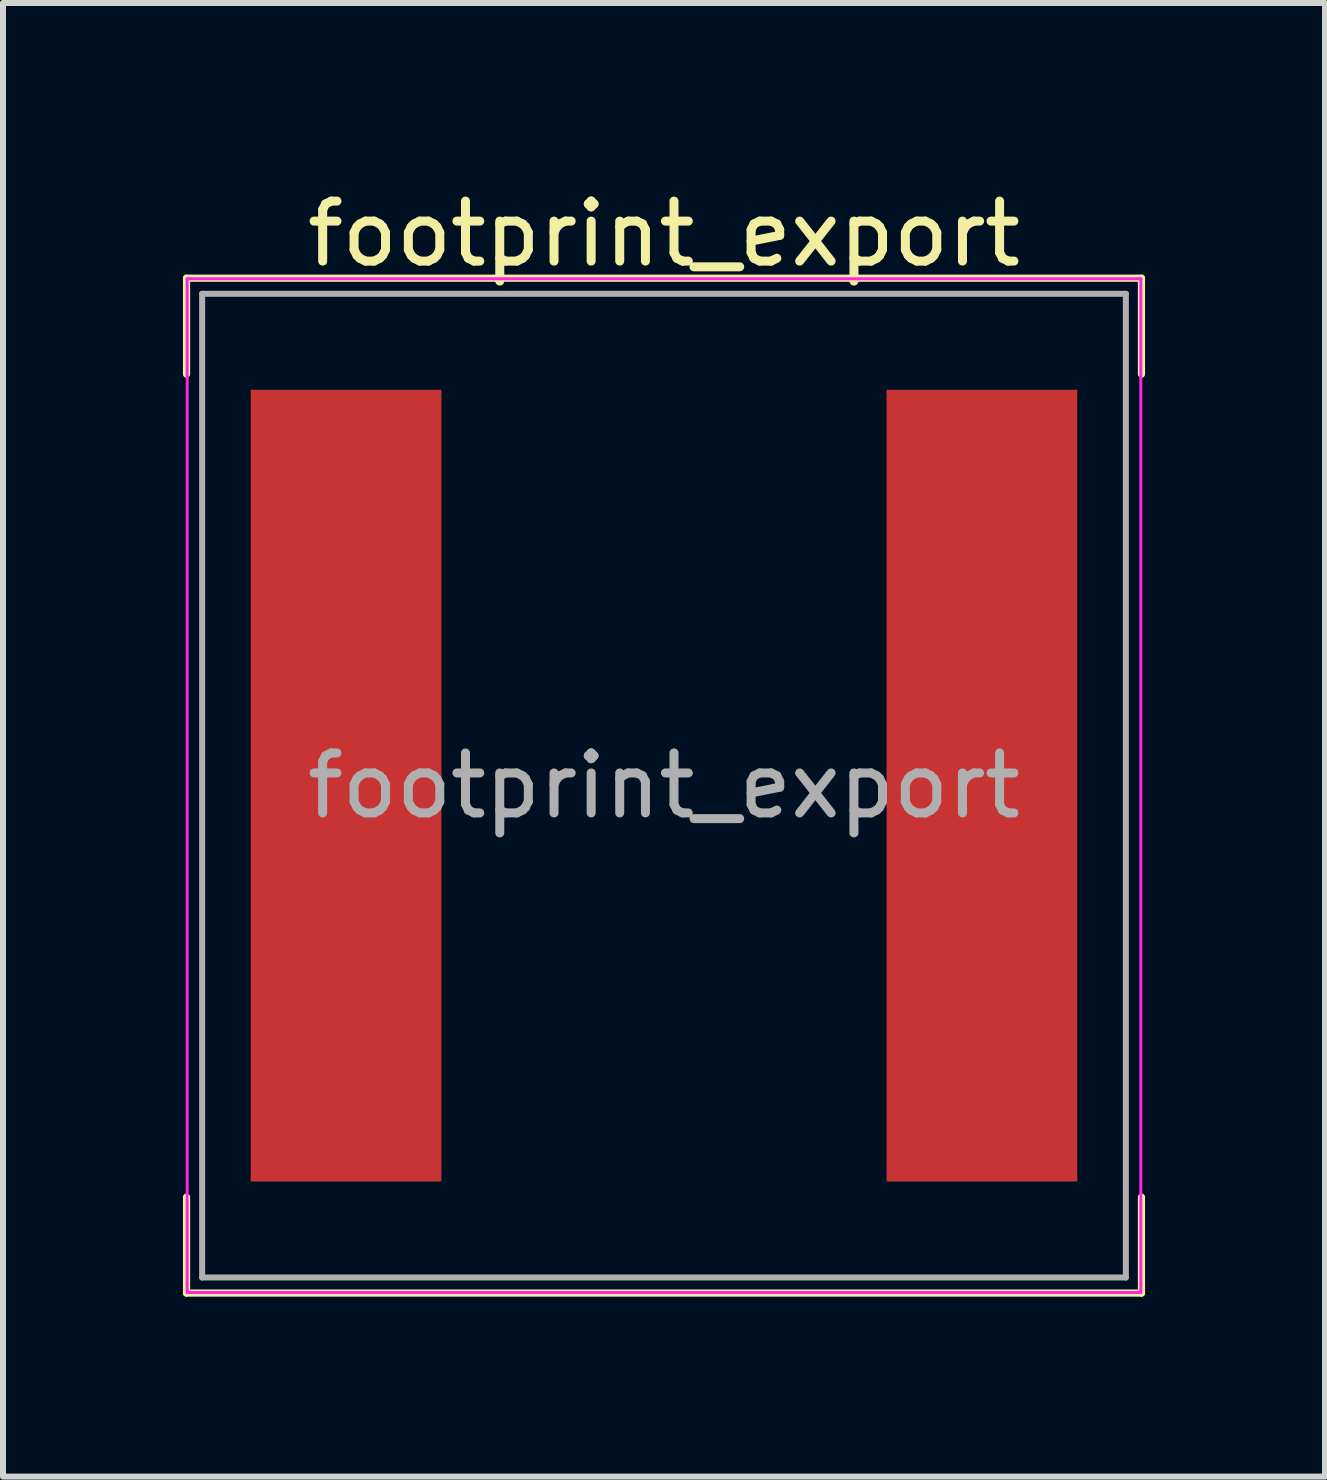
<source format=kicad_pcb>
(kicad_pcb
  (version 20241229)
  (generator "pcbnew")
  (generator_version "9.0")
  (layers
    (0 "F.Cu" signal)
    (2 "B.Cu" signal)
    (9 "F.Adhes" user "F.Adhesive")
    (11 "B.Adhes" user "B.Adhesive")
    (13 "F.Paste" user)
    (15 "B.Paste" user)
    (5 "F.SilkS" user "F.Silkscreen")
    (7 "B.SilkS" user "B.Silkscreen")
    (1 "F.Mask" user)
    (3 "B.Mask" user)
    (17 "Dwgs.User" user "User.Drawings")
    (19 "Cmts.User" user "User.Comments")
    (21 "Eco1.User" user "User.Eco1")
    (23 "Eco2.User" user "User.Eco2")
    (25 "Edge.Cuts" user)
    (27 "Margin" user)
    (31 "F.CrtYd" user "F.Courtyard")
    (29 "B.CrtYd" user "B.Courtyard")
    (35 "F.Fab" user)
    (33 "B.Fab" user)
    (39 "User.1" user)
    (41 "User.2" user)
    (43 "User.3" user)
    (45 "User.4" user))
  (footprint "footprint_export"
    (layer "F.Cu")
    (at 8.02 10.048)
    (property "Reference" "footprint_export" (at 0 -9.2 0) (layer "F.SilkS") (effects (font (size 1 1) (thickness 0.15))))
    (attr smd)
    (fp_line (start -7.96 -8.46) (end -7.96 -6.86) (stroke (width 0.12) (type solid)) (layer "F.SilkS"))
    (fp_line (start -7.96 -8.46) (end 7.96 -8.46) (stroke (width 0.12) (type solid)) (layer "F.SilkS"))
    (fp_line (start -7.96 8.46) (end -7.96 6.86) (stroke (width 0.12) (type solid)) (layer "F.SilkS"))
    (fp_line (start -7.96 8.46) (end 7.96 8.46) (stroke (width 0.12) (type solid)) (layer "F.SilkS"))
    (fp_line (start 7.96 -8.46) (end 7.96 -6.86) (stroke (width 0.12) (type solid)) (layer "F.SilkS"))
    (fp_line (start 7.96 8.46) (end 7.96 6.86) (stroke (width 0.12) (type solid)) (layer "F.SilkS"))
    (fp_line (start -7.95 -8.45) (end -7.95 8.45) (stroke (width 0.05) (type solid)) (layer "F.CrtYd"))
    (fp_line (start -7.95 8.45) (end 7.95 8.45) (stroke (width 0.05) (type solid)) (layer "F.CrtYd"))
    (fp_line (start 7.95 -8.45) (end -7.95 -8.45) (stroke (width 0.05) (type solid)) (layer "F.CrtYd"))
    (fp_line (start 7.95 8.45) (end 7.95 -8.45) (stroke (width 0.05) (type solid)) (layer "F.CrtYd"))
    (fp_line (start -7.7 -8.2) (end -7.7 8.2) (stroke (width 0.1) (type solid)) (layer "F.Fab"))
    (fp_line (start -7.7 8.2) (end 7.7 8.2) (stroke (width 0.1) (type solid)) (layer "F.Fab"))
    (fp_line (start 7.7 -8.2) (end -7.7 -8.2) (stroke (width 0.1) (type solid)) (layer "F.Fab"))
    (fp_line (start 7.7 8.2) (end 7.7 -8.2) (stroke (width 0.1) (type solid)) (layer "F.Fab"))
    (fp_text user "${REFERENCE}" (at 0 0 0) (layer "F.Fab") (effects (font (size 1 1) (thickness 0.15))))
    (pad "1" smd rect (at -5.3 0) (size 3.18 13.2) (layers "F.Cu" "F.Mask" "F.Paste"))
    (pad "2" smd rect (at 5.3 0) (size 3.18 13.2) (layers "F.Cu" "F.Mask" "F.Paste")))
  (gr_rect
    (start -3 -3)
    (end 19.04 21.568)
    (stroke (width 0.1) (type default))
    (fill no)
    (layer "Edge.Cuts")))
</source>
